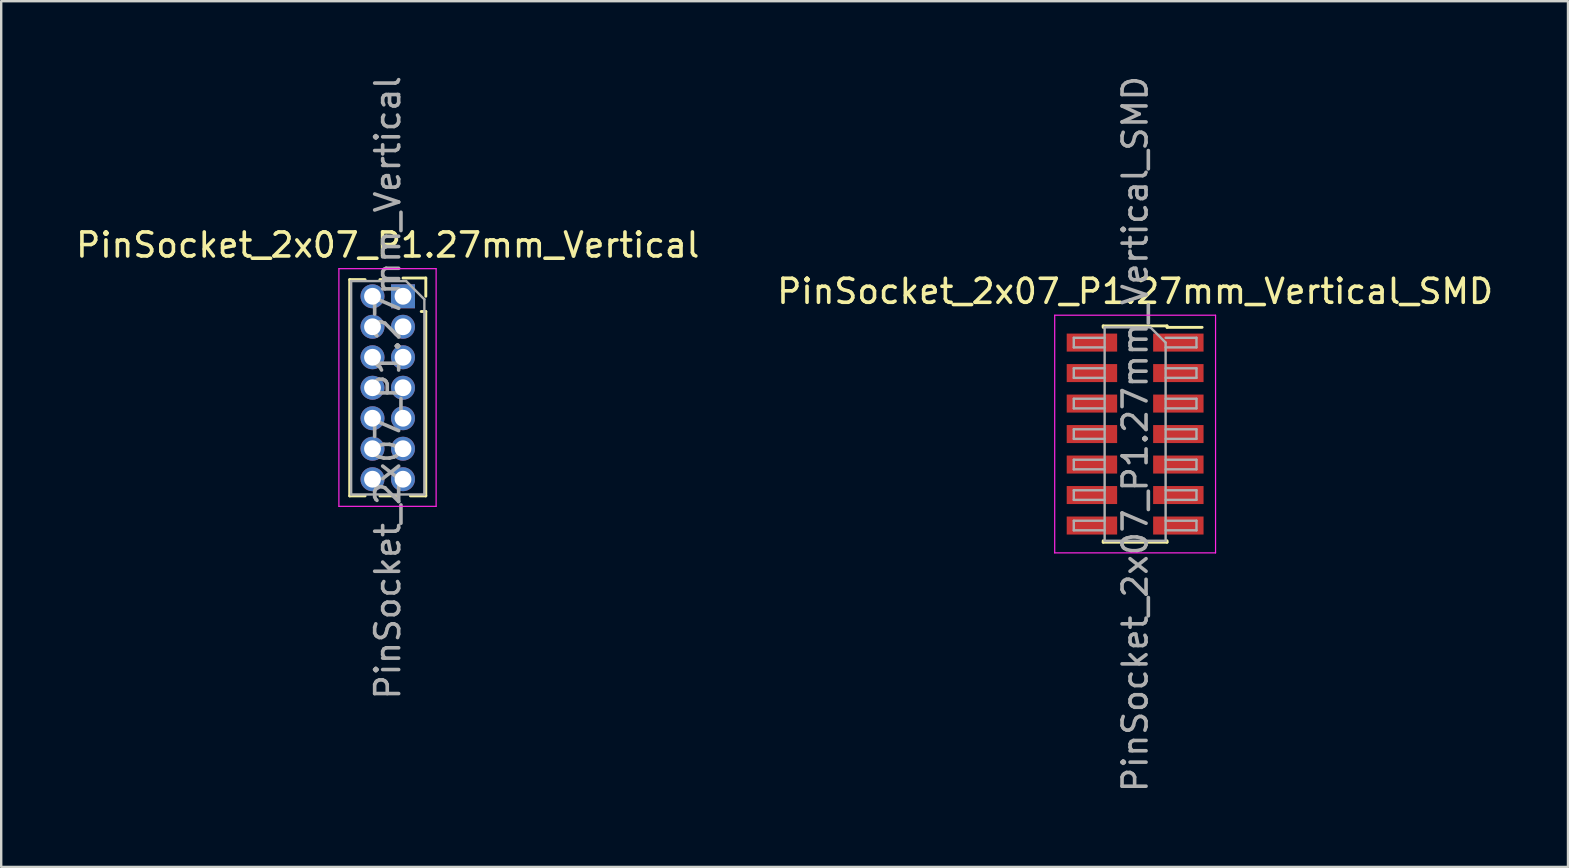
<source format=kicad_pcb>
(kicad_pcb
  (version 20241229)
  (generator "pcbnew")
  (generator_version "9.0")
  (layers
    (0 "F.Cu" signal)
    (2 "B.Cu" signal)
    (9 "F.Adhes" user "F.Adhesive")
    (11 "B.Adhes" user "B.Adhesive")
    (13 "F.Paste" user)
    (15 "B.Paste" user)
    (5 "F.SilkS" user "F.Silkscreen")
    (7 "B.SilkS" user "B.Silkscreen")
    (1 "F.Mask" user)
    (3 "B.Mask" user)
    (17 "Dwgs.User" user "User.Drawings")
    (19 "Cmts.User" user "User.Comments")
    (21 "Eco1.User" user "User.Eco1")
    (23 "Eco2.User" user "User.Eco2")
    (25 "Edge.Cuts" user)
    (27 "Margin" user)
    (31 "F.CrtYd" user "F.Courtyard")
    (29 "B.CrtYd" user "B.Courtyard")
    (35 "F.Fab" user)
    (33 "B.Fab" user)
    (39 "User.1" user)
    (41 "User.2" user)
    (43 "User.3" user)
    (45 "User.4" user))
  (footprint "PinSocket_2x07_P1.27mm_Vertical_SMD"
    (layer "F.Cu")
    (at 44.232 15.03)
    (property "Reference" "PinSocket_2x07_P1.27mm_Vertical_SMD" (at 0 -5.945 0) (layer "F.SilkS") (effects (font (size 1 1) (thickness 0.15))))
    (attr smd)
    (fp_line (start -1.33 -4.505) (end -1.33 -4.445) (stroke (width 0.12) (type solid)) (layer "F.SilkS"))
    (fp_line (start -1.33 -4.505) (end 1.33 -4.505) (stroke (width 0.12) (type solid)) (layer "F.SilkS"))
    (fp_line (start -1.33 4.445) (end -1.33 4.505) (stroke (width 0.12) (type solid)) (layer "F.SilkS"))
    (fp_line (start -1.33 4.505) (end 1.33 4.505) (stroke (width 0.12) (type solid)) (layer "F.SilkS"))
    (fp_line (start 1.33 -4.505) (end 1.33 -4.445) (stroke (width 0.12) (type solid)) (layer "F.SilkS"))
    (fp_line (start 1.33 -4.445) (end 2.79 -4.445) (stroke (width 0.12) (type solid)) (layer "F.SilkS"))
    (fp_line (start 1.33 4.445) (end 1.33 4.505) (stroke (width 0.12) (type solid)) (layer "F.SilkS"))
    (fp_line (start -3.35 -4.95) (end 3.35 -4.95) (stroke (width 0.05) (type solid)) (layer "F.CrtYd"))
    (fp_line (start -3.35 4.95) (end -3.35 -4.95) (stroke (width 0.05) (type solid)) (layer "F.CrtYd"))
    (fp_line (start 3.35 -4.95) (end 3.35 4.95) (stroke (width 0.05) (type solid)) (layer "F.CrtYd"))
    (fp_line (start 3.35 4.95) (end -3.35 4.95) (stroke (width 0.05) (type solid)) (layer "F.CrtYd"))
    (fp_line (start -2.555 -4.01) (end -1.27 -4.01) (stroke (width 0.1) (type solid)) (layer "F.Fab"))
    (fp_line (start -2.555 -3.61) (end -2.555 -4.01) (stroke (width 0.1) (type solid)) (layer "F.Fab"))
    (fp_line (start -2.555 -2.74) (end -1.27 -2.74) (stroke (width 0.1) (type solid)) (layer "F.Fab"))
    (fp_line (start -2.555 -2.34) (end -2.555 -2.74) (stroke (width 0.1) (type solid)) (layer "F.Fab"))
    (fp_line (start -2.555 -1.47) (end -1.27 -1.47) (stroke (width 0.1) (type solid)) (layer "F.Fab"))
    (fp_line (start -2.555 -1.07) (end -2.555 -1.47) (stroke (width 0.1) (type solid)) (layer "F.Fab"))
    (fp_line (start -2.555 -0.2) (end -1.27 -0.2) (stroke (width 0.1) (type solid)) (layer "F.Fab"))
    (fp_line (start -2.555 0.2) (end -2.555 -0.2) (stroke (width 0.1) (type solid)) (layer "F.Fab"))
    (fp_line (start -2.555 1.07) (end -1.27 1.07) (stroke (width 0.1) (type solid)) (layer "F.Fab"))
    (fp_line (start -2.555 1.47) (end -2.555 1.07) (stroke (width 0.1) (type solid)) (layer "F.Fab"))
    (fp_line (start -2.555 2.34) (end -1.27 2.34) (stroke (width 0.1) (type solid)) (layer "F.Fab"))
    (fp_line (start -2.555 2.74) (end -2.555 2.34) (stroke (width 0.1) (type solid)) (layer "F.Fab"))
    (fp_line (start -2.555 3.61) (end -1.27 3.61) (stroke (width 0.1) (type solid)) (layer "F.Fab"))
    (fp_line (start -2.555 4.01) (end -2.555 3.61) (stroke (width 0.1) (type solid)) (layer "F.Fab"))
    (fp_line (start -1.27 -4.445) (end 0.635 -4.445) (stroke (width 0.1) (type solid)) (layer "F.Fab"))
    (fp_line (start -1.27 -3.61) (end -2.555 -3.61) (stroke (width 0.1) (type solid)) (layer "F.Fab"))
    (fp_line (start -1.27 -2.34) (end -2.555 -2.34) (stroke (width 0.1) (type solid)) (layer "F.Fab"))
    (fp_line (start -1.27 -1.07) (end -2.555 -1.07) (stroke (width 0.1) (type solid)) (layer "F.Fab"))
    (fp_line (start -1.27 0.2) (end -2.555 0.2) (stroke (width 0.1) (type solid)) (layer "F.Fab"))
    (fp_line (start -1.27 1.47) (end -2.555 1.47) (stroke (width 0.1) (type solid)) (layer "F.Fab"))
    (fp_line (start -1.27 2.74) (end -2.555 2.74) (stroke (width 0.1) (type solid)) (layer "F.Fab"))
    (fp_line (start -1.27 4.01) (end -2.555 4.01) (stroke (width 0.1) (type solid)) (layer "F.Fab"))
    (fp_line (start -1.27 4.445) (end -1.27 -4.445) (stroke (width 0.1) (type solid)) (layer "F.Fab"))
    (fp_line (start 0.635 -4.445) (end 1.27 -3.81) (stroke (width 0.1) (type solid)) (layer "F.Fab"))
    (fp_line (start 1.27 -4.01) (end 2.555 -4.01) (stroke (width 0.1) (type solid)) (layer "F.Fab"))
    (fp_line (start 1.27 -3.81) (end 1.27 4.445) (stroke (width 0.1) (type solid)) (layer "F.Fab"))
    (fp_line (start 1.27 -2.74) (end 2.555 -2.74) (stroke (width 0.1) (type solid)) (layer "F.Fab"))
    (fp_line (start 1.27 -1.47) (end 2.555 -1.47) (stroke (width 0.1) (type solid)) (layer "F.Fab"))
    (fp_line (start 1.27 -0.2) (end 2.555 -0.2) (stroke (width 0.1) (type solid)) (layer "F.Fab"))
    (fp_line (start 1.27 1.07) (end 2.555 1.07) (stroke (width 0.1) (type solid)) (layer "F.Fab"))
    (fp_line (start 1.27 2.34) (end 2.555 2.34) (stroke (width 0.1) (type solid)) (layer "F.Fab"))
    (fp_line (start 1.27 3.61) (end 2.555 3.61) (stroke (width 0.1) (type solid)) (layer "F.Fab"))
    (fp_line (start 1.27 4.445) (end -1.27 4.445) (stroke (width 0.1) (type solid)) (layer "F.Fab"))
    (fp_line (start 2.555 -4.01) (end 2.555 -3.61) (stroke (width 0.1) (type solid)) (layer "F.Fab"))
    (fp_line (start 2.555 -3.61) (end 1.27 -3.61) (stroke (width 0.1) (type solid)) (layer "F.Fab"))
    (fp_line (start 2.555 -2.74) (end 2.555 -2.34) (stroke (width 0.1) (type solid)) (layer "F.Fab"))
    (fp_line (start 2.555 -2.34) (end 1.27 -2.34) (stroke (width 0.1) (type solid)) (layer "F.Fab"))
    (fp_line (start 2.555 -1.47) (end 2.555 -1.07) (stroke (width 0.1) (type solid)) (layer "F.Fab"))
    (fp_line (start 2.555 -1.07) (end 1.27 -1.07) (stroke (width 0.1) (type solid)) (layer "F.Fab"))
    (fp_line (start 2.555 -0.2) (end 2.555 0.2) (stroke (width 0.1) (type solid)) (layer "F.Fab"))
    (fp_line (start 2.555 0.2) (end 1.27 0.2) (stroke (width 0.1) (type solid)) (layer "F.Fab"))
    (fp_line (start 2.555 1.07) (end 2.555 1.47) (stroke (width 0.1) (type solid)) (layer "F.Fab"))
    (fp_line (start 2.555 1.47) (end 1.27 1.47) (stroke (width 0.1) (type solid)) (layer "F.Fab"))
    (fp_line (start 2.555 2.34) (end 2.555 2.74) (stroke (width 0.1) (type solid)) (layer "F.Fab"))
    (fp_line (start 2.555 2.74) (end 1.27 2.74) (stroke (width 0.1) (type solid)) (layer "F.Fab"))
    (fp_line (start 2.555 3.61) (end 2.555 4.01) (stroke (width 0.1) (type solid)) (layer "F.Fab"))
    (fp_line (start 2.555 4.01) (end 1.27 4.01) (stroke (width 0.1) (type solid)) (layer "F.Fab"))
    (fp_text user "${REFERENCE}" (at 0 0 90) (layer "F.Fab") (effects (font (size 1 1) (thickness 0.15))))
    (pad "1" smd rect (at 1.8 -3.81) (size 2.1 0.75) (layers "F.Cu" "F.Mask" "F.Paste"))
    (pad "2" smd rect (at -1.8 -3.81) (size 2.1 0.75) (layers "F.Cu" "F.Mask" "F.Paste"))
    (pad "3" smd rect (at 1.8 -2.54) (size 2.1 0.75) (layers "F.Cu" "F.Mask" "F.Paste"))
    (pad "4" smd rect (at -1.8 -2.54) (size 2.1 0.75) (layers "F.Cu" "F.Mask" "F.Paste"))
    (pad "5" smd rect (at 1.8 -1.27) (size 2.1 0.75) (layers "F.Cu" "F.Mask" "F.Paste"))
    (pad "6" smd rect (at -1.8 -1.27) (size 2.1 0.75) (layers "F.Cu" "F.Mask" "F.Paste"))
    (pad "7" smd rect (at 1.8 0) (size 2.1 0.75) (layers "F.Cu" "F.Mask" "F.Paste"))
    (pad "8" smd rect (at -1.8 0) (size 2.1 0.75) (layers "F.Cu" "F.Mask" "F.Paste"))
    (pad "9" smd rect (at 1.8 1.27) (size 2.1 0.75) (layers "F.Cu" "F.Mask" "F.Paste"))
    (pad "10" smd rect (at -1.8 1.27) (size 2.1 0.75) (layers "F.Cu" "F.Mask" "F.Paste"))
    (pad "11" smd rect (at 1.8 2.54) (size 2.1 0.75) (layers "F.Cu" "F.Mask" "F.Paste"))
    (pad "12" smd rect (at -1.8 2.54) (size 2.1 0.75) (layers "F.Cu" "F.Mask" "F.Paste"))
    (pad "13" smd rect (at 1.8 3.81) (size 2.1 0.75) (layers "F.Cu" "F.Mask" "F.Paste"))
    (pad "14" smd rect (at -1.8 3.81) (size 2.1 0.75) (layers "F.Cu" "F.Mask" "F.Paste")))
  (footprint "PinSocket_2x07_P1.27mm_Vertical"
    (layer "F.Cu")
    (at 13.736 9.291)
    (property "Reference" "PinSocket_2x07_P1.27mm_Vertical" (at -0.635 -2.135 0) (layer "F.SilkS") (effects (font (size 1 1) (thickness 0.15))))
    (attr through_hole)
    (fp_line (start -2.22 -0.695) (end -2.22 8.315) (stroke (width 0.12) (type solid)) (layer "F.SilkS"))
    (fp_line (start -2.22 -0.695) (end -1.578 -0.695) (stroke (width 0.12) (type solid)) (layer "F.SilkS"))
    (fp_line (start -2.22 8.315) (end -1.578 8.315) (stroke (width 0.12) (type solid)) (layer "F.SilkS"))
    (fp_line (start -0.962 -0.695) (end -0.76 -0.695) (stroke (width 0.12) (type solid)) (layer "F.SilkS"))
    (fp_line (start -0.962 8.315) (end -0.308 8.315) (stroke (width 0.12) (type solid)) (layer "F.SilkS"))
    (fp_line (start 0 -0.76) (end 0.95 -0.76) (stroke (width 0.12) (type solid)) (layer "F.SilkS"))
    (fp_line (start 0.308 8.315) (end 0.95 8.315) (stroke (width 0.12) (type solid)) (layer "F.SilkS"))
    (fp_line (start 0.76 0.635) (end 0.95 0.635) (stroke (width 0.12) (type solid)) (layer "F.SilkS"))
    (fp_line (start 0.95 -0.76) (end 0.95 0) (stroke (width 0.12) (type solid)) (layer "F.SilkS"))
    (fp_line (start 0.95 0.635) (end 0.95 8.315) (stroke (width 0.12) (type solid)) (layer "F.SilkS"))
    (fp_line (start -2.67 -1.15) (end 1.38 -1.15) (stroke (width 0.05) (type solid)) (layer "F.CrtYd"))
    (fp_line (start -2.67 8.75) (end -2.67 -1.15) (stroke (width 0.05) (type solid)) (layer "F.CrtYd"))
    (fp_line (start 1.38 -1.15) (end 1.38 8.75) (stroke (width 0.05) (type solid)) (layer "F.CrtYd"))
    (fp_line (start 1.38 8.75) (end -2.67 8.75) (stroke (width 0.05) (type solid)) (layer "F.CrtYd"))
    (fp_line (start -2.16 -0.635) (end 0.128 -0.635) (stroke (width 0.1) (type solid)) (layer "F.Fab"))
    (fp_line (start -2.16 8.255) (end -2.16 -0.635) (stroke (width 0.1) (type solid)) (layer "F.Fab"))
    (fp_line (start 0.128 -0.635) (end 0.89 0.128) (stroke (width 0.1) (type solid)) (layer "F.Fab"))
    (fp_line (start 0.89 0.128) (end 0.89 8.255) (stroke (width 0.1) (type solid)) (layer "F.Fab"))
    (fp_line (start 0.89 8.255) (end -2.16 8.255) (stroke (width 0.1) (type solid)) (layer "F.Fab"))
    (fp_text user "${REFERENCE}" (at -0.635 3.81 90) (layer "F.Fab") (effects (font (size 1 1) (thickness 0.15))))
    (pad "1" thru_hole rect (at 0 0) (size 1 1) (drill 0.7) (layers "*.Cu" "*.Mask"))
    (pad "2" thru_hole oval (at -1.27 0) (size 1 1) (drill 0.7) (layers "*.Cu" "*.Mask"))
    (pad "3" thru_hole oval (at 0 1.27) (size 1 1) (drill 0.7) (layers "*.Cu" "*.Mask"))
    (pad "4" thru_hole oval (at -1.27 1.27) (size 1 1) (drill 0.7) (layers "*.Cu" "*.Mask"))
    (pad "5" thru_hole oval (at 0 2.54) (size 1 1) (drill 0.7) (layers "*.Cu" "*.Mask"))
    (pad "6" thru_hole oval (at -1.27 2.54) (size 1 1) (drill 0.7) (layers "*.Cu" "*.Mask"))
    (pad "7" thru_hole oval (at 0 3.81) (size 1 1) (drill 0.7) (layers "*.Cu" "*.Mask"))
    (pad "8" thru_hole oval (at -1.27 3.81) (size 1 1) (drill 0.7) (layers "*.Cu" "*.Mask"))
    (pad "9" thru_hole oval (at 0 5.08) (size 1 1) (drill 0.7) (layers "*.Cu" "*.Mask"))
    (pad "10" thru_hole oval (at -1.27 5.08) (size 1 1) (drill 0.7) (layers "*.Cu" "*.Mask"))
    (pad "11" thru_hole oval (at 0 6.35) (size 1 1) (drill 0.7) (layers "*.Cu" "*.Mask"))
    (pad "12" thru_hole oval (at -1.27 6.35) (size 1 1) (drill 0.7) (layers "*.Cu" "*.Mask"))
    (pad "13" thru_hole oval (at 0 7.62) (size 1 1) (drill 0.7) (layers "*.Cu" "*.Mask"))
    (pad "14" thru_hole oval (at -1.27 7.62) (size 1 1) (drill 0.7) (layers "*.Cu" "*.Mask")))
  (gr_rect
    (start -3 -3)
    (end 62.262 33.06)
    (stroke (width 0.1) (type default))
    (fill no)
    (layer "Edge.Cuts")))
</source>
